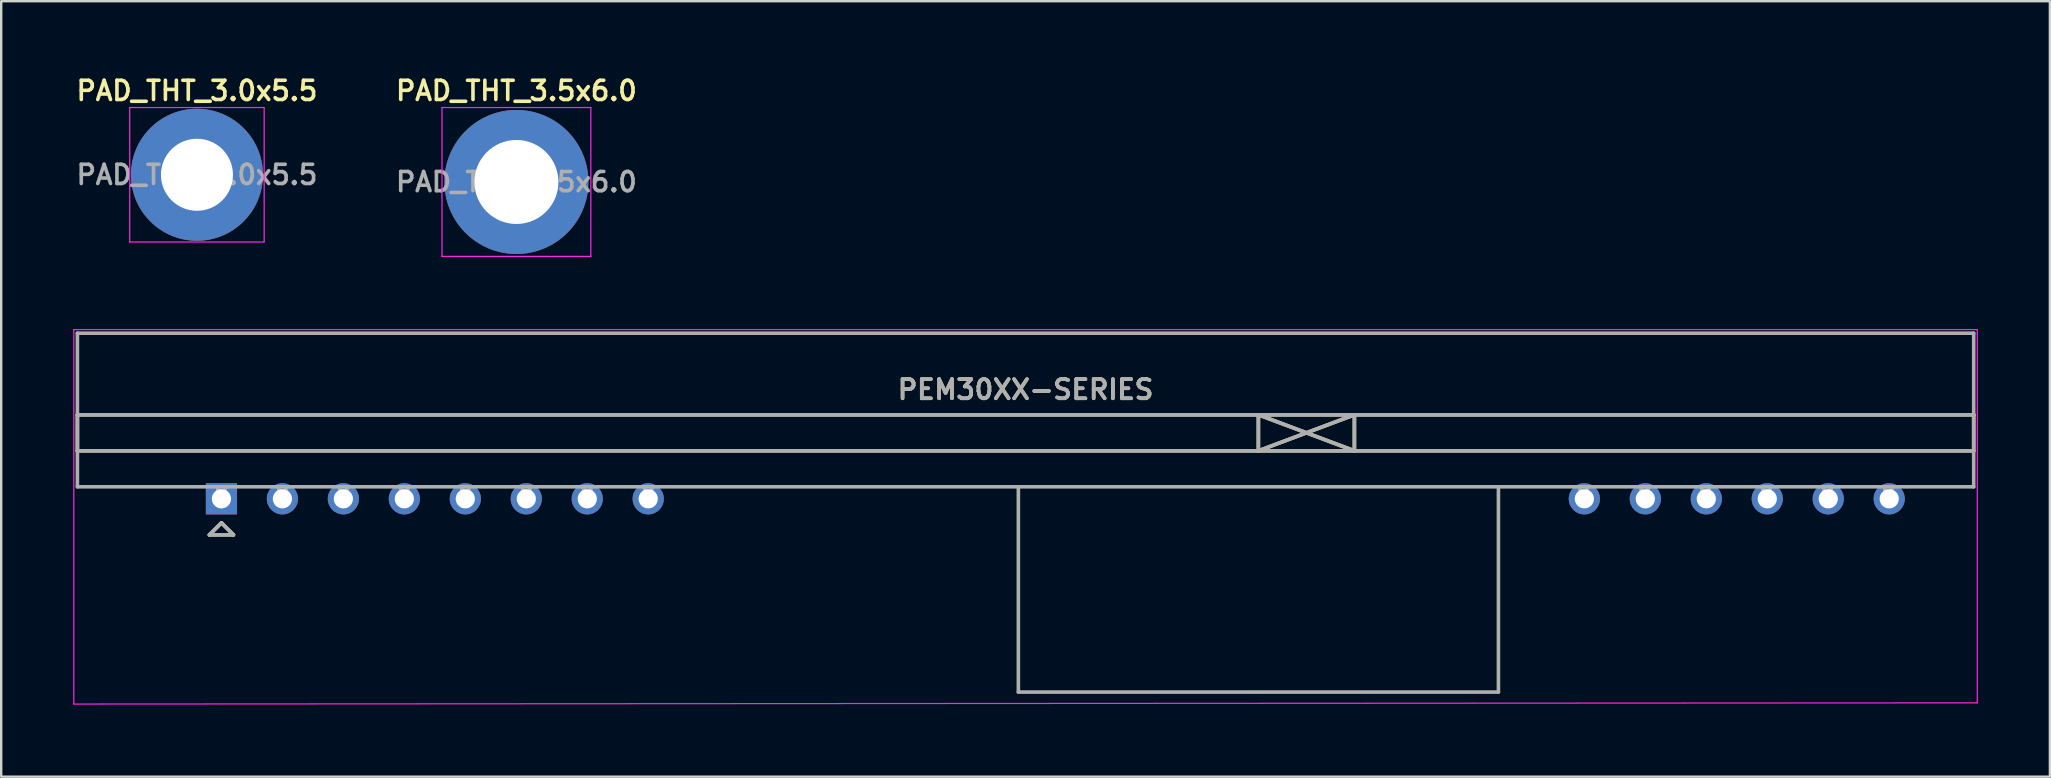
<source format=kicad_pcb>
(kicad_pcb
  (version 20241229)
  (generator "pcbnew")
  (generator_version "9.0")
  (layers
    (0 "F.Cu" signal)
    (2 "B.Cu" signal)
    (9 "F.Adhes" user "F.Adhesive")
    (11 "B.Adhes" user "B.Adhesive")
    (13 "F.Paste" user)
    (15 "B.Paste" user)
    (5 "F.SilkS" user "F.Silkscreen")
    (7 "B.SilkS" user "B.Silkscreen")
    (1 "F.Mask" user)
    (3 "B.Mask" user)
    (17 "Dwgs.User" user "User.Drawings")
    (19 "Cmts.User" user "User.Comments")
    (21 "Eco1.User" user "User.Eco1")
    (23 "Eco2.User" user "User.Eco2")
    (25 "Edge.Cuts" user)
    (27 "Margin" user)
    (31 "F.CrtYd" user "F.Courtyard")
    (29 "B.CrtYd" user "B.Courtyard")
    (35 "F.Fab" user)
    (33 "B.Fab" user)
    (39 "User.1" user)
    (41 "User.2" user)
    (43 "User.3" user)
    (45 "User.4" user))
  (footprint "PEM30XX-SERIES"
    (layer "F.Cu")
    (at 39.675 17.731)
    (property "Reference" "PEM30XX-SERIES" (at 0 -4.55 0) (layer "F.SilkS") (effects (font (size 0.8 0.8) (thickness 0.15))))
    (attr through_hole)
    (fp_line (start -39.5 -3.5) (end -39.5 -2) (stroke (width 0.15) (type solid)) (layer "F.SilkS"))
    (fp_line (start -39.5 -2) (end 39.5 -2) (stroke (width 0.15) (type solid)) (layer "F.SilkS"))
    (fp_line (start -34 1.5) (end -33 1.5) (stroke (width 0.15) (type solid)) (layer "F.SilkS"))
    (fp_line (start -33.5 1) (end -34 1.5) (stroke (width 0.15) (type solid)) (layer "F.SilkS"))
    (fp_line (start -33 1.5) (end -33.5 1) (stroke (width 0.15) (type solid)) (layer "F.SilkS"))
    (fp_line (start 9.7 -3.5) (end 9.7 -2) (stroke (width 0.15) (type solid)) (layer "F.SilkS"))
    (fp_line (start 9.7 -3.5) (end 13.7 -2) (stroke (width 0.15) (type solid)) (layer "F.SilkS"))
    (fp_line (start 9.7 -2) (end 13.7 -3.5) (stroke (width 0.15) (type solid)) (layer "F.SilkS"))
    (fp_line (start 13.7 -3.5) (end 13.7 -2) (stroke (width 0.15) (type solid)) (layer "F.SilkS"))
    (fp_line (start 39.5 -3.5) (end -39.5 -3.5) (stroke (width 0.15) (type solid)) (layer "F.SilkS"))
    (fp_line (start 39.5 -2) (end 39.5 -3.5) (stroke (width 0.15) (type solid)) (layer "F.SilkS"))
    (fp_line (start -39.65 -7.05) (end 39.65 -7.05) (stroke (width 0.05) (type solid)) (layer "F.CrtYd"))
    (fp_line (start -39.65 8.55) (end -39.65 -7.05) (stroke (width 0.05) (type solid)) (layer "F.CrtYd"))
    (fp_line (start 39.65 -7.05) (end 39.65 8.5) (stroke (width 0.05) (type solid)) (layer "F.CrtYd"))
    (fp_line (start 39.65 8.5) (end -39.65 8.55) (stroke (width 0.05) (type solid)) (layer "F.CrtYd"))
    (fp_line (start -39.5 -6.9) (end -39.5 -3.5) (stroke (width 0.15) (type solid)) (layer "F.Fab"))
    (fp_line (start -39.5 -6.9) (end 39.5 -6.9) (stroke (width 0.15) (type solid)) (layer "F.Fab"))
    (fp_line (start -39.5 -3.5) (end 39.5 -3.5) (stroke (width 0.15) (type solid)) (layer "F.Fab"))
    (fp_line (start -39.5 -2) (end -39.5 -3.5) (stroke (width 0.15) (type solid)) (layer "F.Fab"))
    (fp_line (start -39.5 -2) (end 39.5 -2) (stroke (width 0.15) (type solid)) (layer "F.Fab"))
    (fp_line (start -39.5 -0.5) (end -39.5 -2) (stroke (width 0.15) (type solid)) (layer "F.Fab"))
    (fp_line (start -34 1.5) (end -33 1.5) (stroke (width 0.15) (type solid)) (layer "F.Fab"))
    (fp_line (start -33.65 -0.5) (end -33.65 0) (stroke (width 0.15) (type solid)) (layer "F.Fab"))
    (fp_line (start -33.65 0) (end -33.35 0) (stroke (width 0.15) (type solid)) (layer "F.Fab"))
    (fp_line (start -33.5 1) (end -34 1.5) (stroke (width 0.15) (type solid)) (layer "F.Fab"))
    (fp_line (start -33.35 0) (end -33.35 -0.5) (stroke (width 0.15) (type solid)) (layer "F.Fab"))
    (fp_line (start -33 1.5) (end -33.5 1) (stroke (width 0.15) (type solid)) (layer "F.Fab"))
    (fp_line (start -31.11 -0.5) (end -31.11 0) (stroke (width 0.15) (type solid)) (layer "F.Fab"))
    (fp_line (start -31.11 0) (end -30.81 0) (stroke (width 0.15) (type solid)) (layer "F.Fab"))
    (fp_line (start -30.81 0) (end -30.81 -0.5) (stroke (width 0.15) (type solid)) (layer "F.Fab"))
    (fp_line (start -28.57 -0.5) (end -28.57 0) (stroke (width 0.15) (type solid)) (layer "F.Fab"))
    (fp_line (start -28.57 0) (end -28.27 0) (stroke (width 0.15) (type solid)) (layer "F.Fab"))
    (fp_line (start -28.27 0) (end -28.27 -0.5) (stroke (width 0.15) (type solid)) (layer "F.Fab"))
    (fp_line (start -26.03 -0.5) (end -26.03 0) (stroke (width 0.15) (type solid)) (layer "F.Fab"))
    (fp_line (start -26.03 0) (end -25.73 0) (stroke (width 0.15) (type solid)) (layer "F.Fab"))
    (fp_line (start -25.73 0) (end -25.73 -0.5) (stroke (width 0.15) (type solid)) (layer "F.Fab"))
    (fp_line (start -23.49 -0.5) (end -23.49 0) (stroke (width 0.15) (type solid)) (layer "F.Fab"))
    (fp_line (start -23.49 0) (end -23.19 0) (stroke (width 0.15) (type solid)) (layer "F.Fab"))
    (fp_line (start -23.19 0) (end -23.19 -0.5) (stroke (width 0.15) (type solid)) (layer "F.Fab"))
    (fp_line (start -20.95 -0.5) (end -20.95 0) (stroke (width 0.15) (type solid)) (layer "F.Fab"))
    (fp_line (start -20.95 0) (end -20.65 0) (stroke (width 0.15) (type solid)) (layer "F.Fab"))
    (fp_line (start -20.65 0) (end -20.65 -0.5) (stroke (width 0.15) (type solid)) (layer "F.Fab"))
    (fp_line (start -18.41 -0.5) (end -18.41 0) (stroke (width 0.15) (type solid)) (layer "F.Fab"))
    (fp_line (start -18.41 0) (end -18.11 0) (stroke (width 0.15) (type solid)) (layer "F.Fab"))
    (fp_line (start -18.11 0) (end -18.11 -0.5) (stroke (width 0.15) (type solid)) (layer "F.Fab"))
    (fp_line (start -15.87 -0.5) (end -15.87 0) (stroke (width 0.15) (type solid)) (layer "F.Fab"))
    (fp_line (start -15.87 0) (end -15.57 0) (stroke (width 0.15) (type solid)) (layer "F.Fab"))
    (fp_line (start -15.57 0) (end -15.57 -0.5) (stroke (width 0.15) (type solid)) (layer "F.Fab"))
    (fp_line (start -0.3 8.05) (end -0.3 -0.5) (stroke (width 0.15) (type solid)) (layer "F.Fab"))
    (fp_line (start 9.7 -3.5) (end 9.7 -2) (stroke (width 0.15) (type solid)) (layer "F.Fab"))
    (fp_line (start 9.7 -3.5) (end 13.7 -2) (stroke (width 0.15) (type solid)) (layer "F.Fab"))
    (fp_line (start 9.7 -2) (end 13.7 -3.5) (stroke (width 0.15) (type solid)) (layer "F.Fab"))
    (fp_line (start 13.7 -2) (end 13.7 -3.5) (stroke (width 0.15) (type solid)) (layer "F.Fab"))
    (fp_line (start 19.7 8.05) (end -0.3 8.05) (stroke (width 0.15) (type solid)) (layer "F.Fab"))
    (fp_line (start 19.7 8.05) (end 19.7 -0.5) (stroke (width 0.15) (type solid)) (layer "F.Fab"))
    (fp_line (start 23.1 -0.5) (end 23.1 0) (stroke (width 0.15) (type solid)) (layer "F.Fab"))
    (fp_line (start 23.1 0) (end 23.4 0) (stroke (width 0.15) (type solid)) (layer "F.Fab"))
    (fp_line (start 23.4 0) (end 23.4 -0.5) (stroke (width 0.15) (type solid)) (layer "F.Fab"))
    (fp_line (start 25.64 -0.5) (end 25.64 0) (stroke (width 0.15) (type solid)) (layer "F.Fab"))
    (fp_line (start 25.64 0) (end 25.94 0) (stroke (width 0.15) (type solid)) (layer "F.Fab"))
    (fp_line (start 25.94 0) (end 25.94 -0.5) (stroke (width 0.15) (type solid)) (layer "F.Fab"))
    (fp_line (start 28.18 -0.5) (end 28.18 0) (stroke (width 0.15) (type solid)) (layer "F.Fab"))
    (fp_line (start 28.18 0) (end 28.48 0) (stroke (width 0.15) (type solid)) (layer "F.Fab"))
    (fp_line (start 28.48 0) (end 28.48 -0.5) (stroke (width 0.15) (type solid)) (layer "F.Fab"))
    (fp_line (start 30.72 -0.5) (end 30.72 0) (stroke (width 0.15) (type solid)) (layer "F.Fab"))
    (fp_line (start 30.72 0) (end 31.02 0) (stroke (width 0.15) (type solid)) (layer "F.Fab"))
    (fp_line (start 31.02 0) (end 31.02 -0.5) (stroke (width 0.15) (type solid)) (layer "F.Fab"))
    (fp_line (start 33.26 -0.5) (end 33.26 0) (stroke (width 0.15) (type solid)) (layer "F.Fab"))
    (fp_line (start 33.26 0) (end 33.56 0) (stroke (width 0.15) (type solid)) (layer "F.Fab"))
    (fp_line (start 33.56 0) (end 33.56 -0.5) (stroke (width 0.15) (type solid)) (layer "F.Fab"))
    (fp_line (start 35.8 -0.5) (end 35.8 0) (stroke (width 0.15) (type solid)) (layer "F.Fab"))
    (fp_line (start 35.8 0) (end 36.1 0) (stroke (width 0.15) (type solid)) (layer "F.Fab"))
    (fp_line (start 36.1 0) (end 36.1 -0.5) (stroke (width 0.15) (type solid)) (layer "F.Fab"))
    (fp_line (start 39.5 -6.9) (end 39.5 -3.5) (stroke (width 0.15) (type solid)) (layer "F.Fab"))
    (fp_line (start 39.5 -3.5) (end 39.5 -2) (stroke (width 0.15) (type solid)) (layer "F.Fab"))
    (fp_line (start 39.5 -2) (end 39.5 -0.5) (stroke (width 0.15) (type solid)) (layer "F.Fab"))
    (fp_line (start 39.5 -0.5) (end -39.5 -0.5) (stroke (width 0.15) (type solid)) (layer "F.Fab"))
    (fp_text user "${REFERENCE}" (at 0 -4.55 0) (layer "F.Fab") (effects (font (size 0.8 0.8) (thickness 0.15))))
    (pad "1" thru_hole rect (at -33.5 0) (size 1.3 1.3) (drill 0.8) (layers "*.Cu" "*.Mask"))
    (pad "2" thru_hole circle (at -30.96 0) (size 1.3 1.3) (drill 0.8) (layers "*.Cu" "*.Mask"))
    (pad "3" thru_hole circle (at -28.42 0) (size 1.3 1.3) (drill 0.8) (layers "*.Cu" "*.Mask"))
    (pad "4" thru_hole circle (at -25.88 0) (size 1.3 1.3) (drill 0.8) (layers "*.Cu" "*.Mask"))
    (pad "5" thru_hole circle (at -23.34 0) (size 1.3 1.3) (drill 0.8) (layers "*.Cu" "*.Mask"))
    (pad "6" thru_hole circle (at -20.8 0) (size 1.3 1.3) (drill 0.8) (layers "*.Cu" "*.Mask"))
    (pad "7" thru_hole circle (at -18.26 0) (size 1.3 1.3) (drill 0.8) (layers "*.Cu" "*.Mask"))
    (pad "8" thru_hole circle (at -15.72 0) (size 1.3 1.3) (drill 0.8) (layers "*.Cu" "*.Mask"))
    (pad "9" thru_hole circle (at 23.28 0) (size 1.3 1.3) (drill 0.8) (layers "*.Cu" "*.Mask"))
    (pad "10" thru_hole circle (at 25.82 0) (size 1.3 1.3) (drill 0.8) (layers "*.Cu" "*.Mask"))
    (pad "11" thru_hole circle (at 28.36 0) (size 1.3 1.3) (drill 0.8) (layers "*.Cu" "*.Mask"))
    (pad "12" thru_hole circle (at 30.9 0) (size 1.3 1.3) (drill 0.8) (layers "*.Cu" "*.Mask"))
    (pad "13" thru_hole circle (at 33.44 0) (size 1.3 1.3) (drill 0.8) (layers "*.Cu" "*.Mask"))
    (pad "14" thru_hole circle (at 35.98 0) (size 1.3 1.3) (drill 0.8) (layers "*.Cu" "*.Mask")))
  (footprint "PAD_THT_3.5x6.0"
    (layer "F.Cu")
    (at 18.464 4.531)
    (property "Reference" "PAD_THT_3.5x6.0" (at 0 -3.8 0) (layer "F.SilkS") (effects (font (size 0.8 0.8) (thickness 0.15))))
    (attr through_hole)
    (fp_line (start -3.1 -3.1) (end -3.1 3.1) (stroke (width 0.05) (type solid)) (layer "F.CrtYd"))
    (fp_line (start -3.1 3.1) (end 3.1 3.1) (stroke (width 0.05) (type solid)) (layer "F.CrtYd"))
    (fp_line (start 3.1 -3.1) (end -3.1 -3.1) (stroke (width 0.05) (type solid)) (layer "F.CrtYd"))
    (fp_line (start 3.1 3.1) (end 3.1 -3.1) (stroke (width 0.05) (type solid)) (layer "F.CrtYd"))
    (fp_circle (center 0 0) (end 1.3 0) (stroke (width 0.15) (type solid)) (fill no) (layer "F.Fab"))
    (fp_text user "${REFERENCE}" (at 0 0 0) (layer "F.Fab") (effects (font (size 0.8 0.8) (thickness 0.15))))
    (pad "1" thru_hole circle (at 0 0) (size 6 6) (drill 3.5) (layers "*.Cu" "*.Mask")))
  (footprint "PAD_THT_3.0x5.5"
    (layer "F.Cu")
    (at 5.155 4.231)
    (property "Reference" "PAD_THT_3.0x5.5" (at 0 -3.5 0) (layer "F.SilkS") (effects (font (size 0.8 0.8) (thickness 0.15))))
    (attr through_hole)
    (fp_line (start -2.8 -2.8) (end -2.8 2.8) (stroke (width 0.05) (type solid)) (layer "F.CrtYd"))
    (fp_line (start -2.8 2.8) (end 2.8 2.8) (stroke (width 0.05) (type solid)) (layer "F.CrtYd"))
    (fp_line (start 2.8 -2.8) (end -2.8 -2.8) (stroke (width 0.05) (type solid)) (layer "F.CrtYd"))
    (fp_line (start 2.8 2.8) (end 2.8 -2.8) (stroke (width 0.05) (type solid)) (layer "F.CrtYd"))
    (fp_circle (center 0 0) (end 1.3 0) (stroke (width 0.15) (type solid)) (fill no) (layer "F.Fab"))
    (fp_text user "${REFERENCE}" (at 0 0 0) (layer "F.Fab") (effects (font (size 0.8 0.8) (thickness 0.15))))
    (pad "1" thru_hole circle (at 0 0) (size 5.5 5.5) (drill 3) (layers "*.Cu" "*.Mask")))
  (gr_rect
    (start -3 -3)
    (end 82.35 29.306)
    (stroke (width 0.1) (type default))
    (fill no)
    (layer "Edge.Cuts")))
</source>
